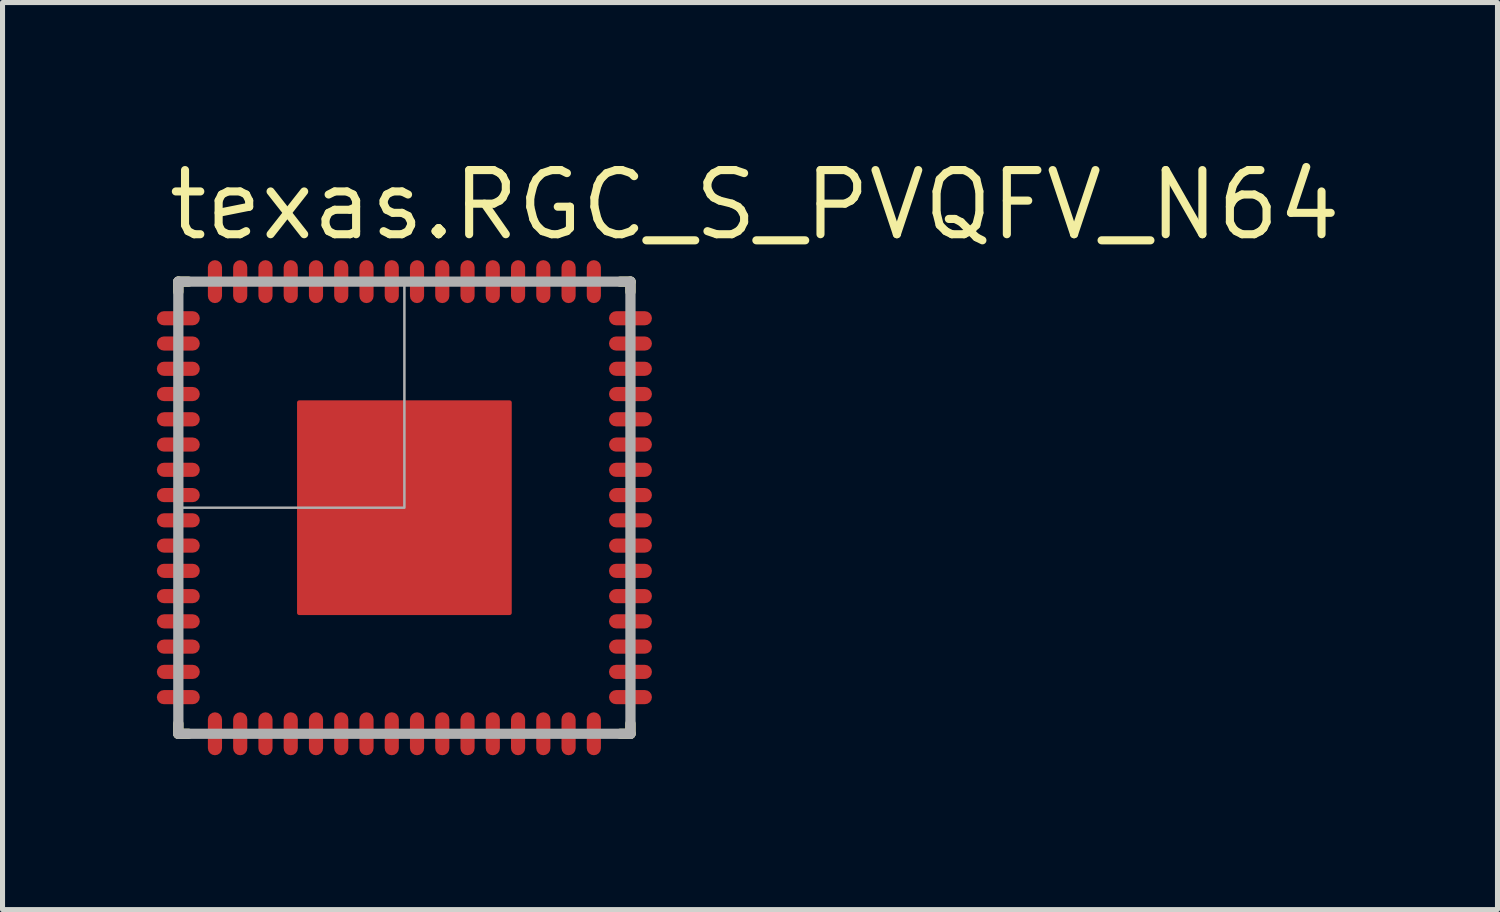
<source format=kicad_pcb>
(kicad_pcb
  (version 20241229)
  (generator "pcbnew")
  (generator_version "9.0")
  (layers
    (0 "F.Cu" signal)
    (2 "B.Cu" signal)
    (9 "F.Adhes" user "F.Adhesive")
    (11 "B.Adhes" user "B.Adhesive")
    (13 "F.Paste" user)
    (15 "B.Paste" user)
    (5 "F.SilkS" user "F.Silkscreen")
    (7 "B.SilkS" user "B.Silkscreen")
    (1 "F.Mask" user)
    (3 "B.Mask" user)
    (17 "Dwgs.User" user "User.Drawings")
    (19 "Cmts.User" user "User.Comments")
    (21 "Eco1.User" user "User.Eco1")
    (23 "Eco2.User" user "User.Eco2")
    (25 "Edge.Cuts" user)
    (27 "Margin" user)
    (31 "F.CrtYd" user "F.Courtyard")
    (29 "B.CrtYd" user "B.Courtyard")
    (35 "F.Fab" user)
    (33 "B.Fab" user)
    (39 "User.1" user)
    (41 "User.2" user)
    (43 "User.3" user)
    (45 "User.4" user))
  (footprint "texas.RGC_S_PVQFV_N64"
    (layer "F.Cu")
    (at 4.955 7)
    (property "Reference" "texas.RGC_S_PVQFV_N64" (at -4.75 -5.25 0) (layer "F.SilkS") (effects (font (size 1.27 1.27) (thickness 0.16)) (justify left bottom)))
    (attr smd)
    (fp_poly (pts (xy -4.8 -3.875) (xy -4.15 -3.875) (xy -4.075 -3.825) (xy -4.075 -3.675) (xy -4.15 -3.625) (xy -4.8 -3.625) (xy -4.875 -3.7) (xy -4.875 -3.825)) (stroke (width 0.16) (type default)) (fill yes) (layer "F.Mask"))
    (fp_poly (pts (xy -4.8 -3.375) (xy -4.15 -3.375) (xy -4.075 -3.325) (xy -4.075 -3.175) (xy -4.15 -3.125) (xy -4.8 -3.125) (xy -4.875 -3.2) (xy -4.875 -3.325)) (stroke (width 0.16) (type default)) (fill yes) (layer "F.Mask"))
    (fp_poly (pts (xy -4.8 -2.875) (xy -4.15 -2.875) (xy -4.075 -2.825) (xy -4.075 -2.675) (xy -4.15 -2.625) (xy -4.8 -2.625) (xy -4.875 -2.7) (xy -4.875 -2.825)) (stroke (width 0.16) (type default)) (fill yes) (layer "F.Mask"))
    (fp_poly (pts (xy -4.8 -2.375) (xy -4.15 -2.375) (xy -4.075 -2.325) (xy -4.075 -2.175) (xy -4.15 -2.125) (xy -4.8 -2.125) (xy -4.875 -2.2) (xy -4.875 -2.325)) (stroke (width 0.16) (type default)) (fill yes) (layer "F.Mask"))
    (fp_poly (pts (xy -4.8 -1.875) (xy -4.15 -1.875) (xy -4.075 -1.825) (xy -4.075 -1.675) (xy -4.15 -1.625) (xy -4.8 -1.625) (xy -4.875 -1.7) (xy -4.875 -1.825)) (stroke (width 0.16) (type default)) (fill yes) (layer "F.Mask"))
    (fp_poly (pts (xy -4.8 -1.375) (xy -4.15 -1.375) (xy -4.075 -1.325) (xy -4.075 -1.175) (xy -4.15 -1.125) (xy -4.8 -1.125) (xy -4.875 -1.2) (xy -4.875 -1.325)) (stroke (width 0.16) (type default)) (fill yes) (layer "F.Mask"))
    (fp_poly (pts (xy -4.8 -0.875) (xy -4.15 -0.875) (xy -4.075 -0.825) (xy -4.075 -0.675) (xy -4.15 -0.625) (xy -4.8 -0.625) (xy -4.875 -0.7) (xy -4.875 -0.825)) (stroke (width 0.16) (type default)) (fill yes) (layer "F.Mask"))
    (fp_poly (pts (xy -4.8 -0.375) (xy -4.15 -0.375) (xy -4.075 -0.325) (xy -4.075 -0.175) (xy -4.15 -0.125) (xy -4.8 -0.125) (xy -4.875 -0.2) (xy -4.875 -0.325)) (stroke (width 0.16) (type default)) (fill yes) (layer "F.Mask"))
    (fp_poly (pts (xy -4.8 0.125) (xy -4.15 0.125) (xy -4.075 0.175) (xy -4.075 0.325) (xy -4.15 0.375) (xy -4.8 0.375) (xy -4.875 0.3) (xy -4.875 0.175)) (stroke (width 0.16) (type default)) (fill yes) (layer "F.Mask"))
    (fp_poly (pts (xy -4.8 0.625) (xy -4.15 0.625) (xy -4.075 0.675) (xy -4.075 0.825) (xy -4.15 0.875) (xy -4.8 0.875) (xy -4.875 0.8) (xy -4.875 0.675)) (stroke (width 0.16) (type default)) (fill yes) (layer "F.Mask"))
    (fp_poly (pts (xy -4.8 1.125) (xy -4.15 1.125) (xy -4.075 1.175) (xy -4.075 1.325) (xy -4.15 1.375) (xy -4.8 1.375) (xy -4.875 1.3) (xy -4.875 1.175)) (stroke (width 0.16) (type default)) (fill yes) (layer "F.Mask"))
    (fp_poly (pts (xy -4.8 1.625) (xy -4.15 1.625) (xy -4.075 1.675) (xy -4.075 1.825) (xy -4.15 1.875) (xy -4.8 1.875) (xy -4.875 1.8) (xy -4.875 1.675)) (stroke (width 0.16) (type default)) (fill yes) (layer "F.Mask"))
    (fp_poly (pts (xy -4.8 2.125) (xy -4.15 2.125) (xy -4.075 2.175) (xy -4.075 2.325) (xy -4.15 2.375) (xy -4.8 2.375) (xy -4.875 2.3) (xy -4.875 2.175)) (stroke (width 0.16) (type default)) (fill yes) (layer "F.Mask"))
    (fp_poly (pts (xy -4.8 2.625) (xy -4.15 2.625) (xy -4.075 2.675) (xy -4.075 2.825) (xy -4.15 2.875) (xy -4.8 2.875) (xy -4.875 2.8) (xy -4.875 2.675)) (stroke (width 0.16) (type default)) (fill yes) (layer "F.Mask"))
    (fp_poly (pts (xy -4.8 3.125) (xy -4.15 3.125) (xy -4.075 3.175) (xy -4.075 3.325) (xy -4.15 3.375) (xy -4.8 3.375) (xy -4.875 3.3) (xy -4.875 3.175)) (stroke (width 0.16) (type default)) (fill yes) (layer "F.Mask"))
    (fp_poly (pts (xy -4.8 3.625) (xy -4.15 3.625) (xy -4.075 3.675) (xy -4.075 3.825) (xy -4.15 3.875) (xy -4.8 3.875) (xy -4.875 3.8) (xy -4.875 3.675)) (stroke (width 0.16) (type default)) (fill yes) (layer "F.Mask"))
    (fp_poly (pts (xy -3.875 4.8) (xy -3.875 4.15) (xy -3.825 4.075) (xy -3.675 4.075) (xy -3.625 4.15) (xy -3.625 4.8) (xy -3.7 4.875) (xy -3.825 4.875)) (stroke (width 0.16) (type default)) (fill yes) (layer "F.Mask"))
    (fp_poly (pts (xy -3.625 -4.8) (xy -3.625 -4.15) (xy -3.675 -4.075) (xy -3.825 -4.075) (xy -3.875 -4.15) (xy -3.875 -4.8) (xy -3.8 -4.875) (xy -3.675 -4.875)) (stroke (width 0.16) (type default)) (fill yes) (layer "F.Mask"))
    (fp_poly (pts (xy -3.375 4.8) (xy -3.375 4.15) (xy -3.325 4.075) (xy -3.175 4.075) (xy -3.125 4.15) (xy -3.125 4.8) (xy -3.2 4.875) (xy -3.325 4.875)) (stroke (width 0.16) (type default)) (fill yes) (layer "F.Mask"))
    (fp_poly (pts (xy -3.125 -4.8) (xy -3.125 -4.15) (xy -3.175 -4.075) (xy -3.325 -4.075) (xy -3.375 -4.15) (xy -3.375 -4.8) (xy -3.3 -4.875) (xy -3.175 -4.875)) (stroke (width 0.16) (type default)) (fill yes) (layer "F.Mask"))
    (fp_poly (pts (xy -2.875 4.8) (xy -2.875 4.15) (xy -2.825 4.075) (xy -2.675 4.075) (xy -2.625 4.15) (xy -2.625 4.8) (xy -2.7 4.875) (xy -2.825 4.875)) (stroke (width 0.16) (type default)) (fill yes) (layer "F.Mask"))
    (fp_poly (pts (xy -2.625 -4.8) (xy -2.625 -4.15) (xy -2.675 -4.075) (xy -2.825 -4.075) (xy -2.875 -4.15) (xy -2.875 -4.8) (xy -2.8 -4.875) (xy -2.675 -4.875)) (stroke (width 0.16) (type default)) (fill yes) (layer "F.Mask"))
    (fp_poly (pts (xy -2.375 4.8) (xy -2.375 4.15) (xy -2.325 4.075) (xy -2.175 4.075) (xy -2.125 4.15) (xy -2.125 4.8) (xy -2.2 4.875) (xy -2.325 4.875)) (stroke (width 0.16) (type default)) (fill yes) (layer "F.Mask"))
    (fp_poly (pts (xy -2.125 -4.8) (xy -2.125 -4.15) (xy -2.175 -4.075) (xy -2.325 -4.075) (xy -2.375 -4.15) (xy -2.375 -4.8) (xy -2.3 -4.875) (xy -2.175 -4.875)) (stroke (width 0.16) (type default)) (fill yes) (layer "F.Mask"))
    (fp_poly (pts (xy -1.875 4.8) (xy -1.875 4.15) (xy -1.825 4.075) (xy -1.675 4.075) (xy -1.625 4.15) (xy -1.625 4.8) (xy -1.7 4.875) (xy -1.825 4.875)) (stroke (width 0.16) (type default)) (fill yes) (layer "F.Mask"))
    (fp_poly (pts (xy -1.625 -4.8) (xy -1.625 -4.15) (xy -1.675 -4.075) (xy -1.825 -4.075) (xy -1.875 -4.15) (xy -1.875 -4.8) (xy -1.8 -4.875) (xy -1.675 -4.875)) (stroke (width 0.16) (type default)) (fill yes) (layer "F.Mask"))
    (fp_poly (pts (xy -1.375 4.8) (xy -1.375 4.15) (xy -1.325 4.075) (xy -1.175 4.075) (xy -1.125 4.15) (xy -1.125 4.8) (xy -1.2 4.875) (xy -1.325 4.875)) (stroke (width 0.16) (type default)) (fill yes) (layer "F.Mask"))
    (fp_poly (pts (xy -1.125 -4.8) (xy -1.125 -4.15) (xy -1.175 -4.075) (xy -1.325 -4.075) (xy -1.375 -4.15) (xy -1.375 -4.8) (xy -1.3 -4.875) (xy -1.175 -4.875)) (stroke (width 0.16) (type default)) (fill yes) (layer "F.Mask"))
    (fp_poly (pts (xy -0.875 4.8) (xy -0.875 4.15) (xy -0.825 4.075) (xy -0.675 4.075) (xy -0.625 4.15) (xy -0.625 4.8) (xy -0.7 4.875) (xy -0.825 4.875)) (stroke (width 0.16) (type default)) (fill yes) (layer "F.Mask"))
    (fp_poly (pts (xy -0.625 -4.8) (xy -0.625 -4.15) (xy -0.675 -4.075) (xy -0.825 -4.075) (xy -0.875 -4.15) (xy -0.875 -4.8) (xy -0.8 -4.875) (xy -0.675 -4.875)) (stroke (width 0.16) (type default)) (fill yes) (layer "F.Mask"))
    (fp_poly (pts (xy -0.375 4.8) (xy -0.375 4.15) (xy -0.325 4.075) (xy -0.175 4.075) (xy -0.125 4.15) (xy -0.125 4.8) (xy -0.2 4.875) (xy -0.325 4.875)) (stroke (width 0.16) (type default)) (fill yes) (layer "F.Mask"))
    (fp_poly (pts (xy -0.125 -4.8) (xy -0.125 -4.15) (xy -0.175 -4.075) (xy -0.325 -4.075) (xy -0.375 -4.15) (xy -0.375 -4.8) (xy -0.3 -4.875) (xy -0.175 -4.875)) (stroke (width 0.16) (type default)) (fill yes) (layer "F.Mask"))
    (fp_poly (pts (xy 0.125 4.8) (xy 0.125 4.15) (xy 0.175 4.075) (xy 0.325 4.075) (xy 0.375 4.15) (xy 0.375 4.8) (xy 0.3 4.875) (xy 0.175 4.875)) (stroke (width 0.16) (type default)) (fill yes) (layer "F.Mask"))
    (fp_poly (pts (xy 0.375 -4.8) (xy 0.375 -4.15) (xy 0.325 -4.075) (xy 0.175 -4.075) (xy 0.125 -4.15) (xy 0.125 -4.8) (xy 0.2 -4.875) (xy 0.325 -4.875)) (stroke (width 0.16) (type default)) (fill yes) (layer "F.Mask"))
    (fp_poly (pts (xy 0.625 4.8) (xy 0.625 4.15) (xy 0.675 4.075) (xy 0.825 4.075) (xy 0.875 4.15) (xy 0.875 4.8) (xy 0.8 4.875) (xy 0.675 4.875)) (stroke (width 0.16) (type default)) (fill yes) (layer "F.Mask"))
    (fp_poly (pts (xy 0.875 -4.8) (xy 0.875 -4.15) (xy 0.825 -4.075) (xy 0.675 -4.075) (xy 0.625 -4.15) (xy 0.625 -4.8) (xy 0.7 -4.875) (xy 0.825 -4.875)) (stroke (width 0.16) (type default)) (fill yes) (layer "F.Mask"))
    (fp_poly (pts (xy 1.125 4.8) (xy 1.125 4.15) (xy 1.175 4.075) (xy 1.325 4.075) (xy 1.375 4.15) (xy 1.375 4.8) (xy 1.3 4.875) (xy 1.175 4.875)) (stroke (width 0.16) (type default)) (fill yes) (layer "F.Mask"))
    (fp_poly (pts (xy 1.375 -4.8) (xy 1.375 -4.15) (xy 1.325 -4.075) (xy 1.175 -4.075) (xy 1.125 -4.15) (xy 1.125 -4.8) (xy 1.2 -4.875) (xy 1.325 -4.875)) (stroke (width 0.16) (type default)) (fill yes) (layer "F.Mask"))
    (fp_poly (pts (xy 1.625 4.8) (xy 1.625 4.15) (xy 1.675 4.075) (xy 1.825 4.075) (xy 1.875 4.15) (xy 1.875 4.8) (xy 1.8 4.875) (xy 1.675 4.875)) (stroke (width 0.16) (type default)) (fill yes) (layer "F.Mask"))
    (fp_poly (pts (xy 1.875 -4.8) (xy 1.875 -4.15) (xy 1.825 -4.075) (xy 1.675 -4.075) (xy 1.625 -4.15) (xy 1.625 -4.8) (xy 1.7 -4.875) (xy 1.825 -4.875)) (stroke (width 0.16) (type default)) (fill yes) (layer "F.Mask"))
    (fp_poly (pts (xy 2.125 4.8) (xy 2.125 4.15) (xy 2.175 4.075) (xy 2.325 4.075) (xy 2.375 4.15) (xy 2.375 4.8) (xy 2.3 4.875) (xy 2.175 4.875)) (stroke (width 0.16) (type default)) (fill yes) (layer "F.Mask"))
    (fp_poly (pts (xy 2.375 -4.8) (xy 2.375 -4.15) (xy 2.325 -4.075) (xy 2.175 -4.075) (xy 2.125 -4.15) (xy 2.125 -4.8) (xy 2.2 -4.875) (xy 2.325 -4.875)) (stroke (width 0.16) (type default)) (fill yes) (layer "F.Mask"))
    (fp_poly (pts (xy 2.625 4.8) (xy 2.625 4.15) (xy 2.675 4.075) (xy 2.825 4.075) (xy 2.875 4.15) (xy 2.875 4.8) (xy 2.8 4.875) (xy 2.675 4.875)) (stroke (width 0.16) (type default)) (fill yes) (layer "F.Mask"))
    (fp_poly (pts (xy 2.875 -4.8) (xy 2.875 -4.15) (xy 2.825 -4.075) (xy 2.675 -4.075) (xy 2.625 -4.15) (xy 2.625 -4.8) (xy 2.7 -4.875) (xy 2.825 -4.875)) (stroke (width 0.16) (type default)) (fill yes) (layer "F.Mask"))
    (fp_poly (pts (xy 3.125 4.8) (xy 3.125 4.15) (xy 3.175 4.075) (xy 3.325 4.075) (xy 3.375 4.15) (xy 3.375 4.8) (xy 3.3 4.875) (xy 3.175 4.875)) (stroke (width 0.16) (type default)) (fill yes) (layer "F.Mask"))
    (fp_poly (pts (xy 3.375 -4.8) (xy 3.375 -4.15) (xy 3.325 -4.075) (xy 3.175 -4.075) (xy 3.125 -4.15) (xy 3.125 -4.8) (xy 3.2 -4.875) (xy 3.325 -4.875)) (stroke (width 0.16) (type default)) (fill yes) (layer "F.Mask"))
    (fp_poly (pts (xy 3.625 4.8) (xy 3.625 4.15) (xy 3.675 4.075) (xy 3.825 4.075) (xy 3.875 4.15) (xy 3.875 4.8) (xy 3.8 4.875) (xy 3.675 4.875)) (stroke (width 0.16) (type default)) (fill yes) (layer "F.Mask"))
    (fp_poly (pts (xy 3.875 -4.8) (xy 3.875 -4.15) (xy 3.825 -4.075) (xy 3.675 -4.075) (xy 3.625 -4.15) (xy 3.625 -4.8) (xy 3.7 -4.875) (xy 3.825 -4.875)) (stroke (width 0.16) (type default)) (fill yes) (layer "F.Mask"))
    (fp_poly (pts (xy 4.8 -3.625) (xy 4.15 -3.625) (xy 4.075 -3.675) (xy 4.075 -3.825) (xy 4.15 -3.875) (xy 4.8 -3.875) (xy 4.875 -3.8) (xy 4.875 -3.675)) (stroke (width 0.16) (type default)) (fill yes) (layer "F.Mask"))
    (fp_poly (pts (xy 4.8 -3.125) (xy 4.15 -3.125) (xy 4.075 -3.175) (xy 4.075 -3.325) (xy 4.15 -3.375) (xy 4.8 -3.375) (xy 4.875 -3.3) (xy 4.875 -3.175)) (stroke (width 0.16) (type default)) (fill yes) (layer "F.Mask"))
    (fp_poly (pts (xy 4.8 -2.625) (xy 4.15 -2.625) (xy 4.075 -2.675) (xy 4.075 -2.825) (xy 4.15 -2.875) (xy 4.8 -2.875) (xy 4.875 -2.8) (xy 4.875 -2.675)) (stroke (width 0.16) (type default)) (fill yes) (layer "F.Mask"))
    (fp_poly (pts (xy 4.8 -2.125) (xy 4.15 -2.125) (xy 4.075 -2.175) (xy 4.075 -2.325) (xy 4.15 -2.375) (xy 4.8 -2.375) (xy 4.875 -2.3) (xy 4.875 -2.175)) (stroke (width 0.16) (type default)) (fill yes) (layer "F.Mask"))
    (fp_poly (pts (xy 4.8 -1.625) (xy 4.15 -1.625) (xy 4.075 -1.675) (xy 4.075 -1.825) (xy 4.15 -1.875) (xy 4.8 -1.875) (xy 4.875 -1.8) (xy 4.875 -1.675)) (stroke (width 0.16) (type default)) (fill yes) (layer "F.Mask"))
    (fp_poly (pts (xy 4.8 -1.125) (xy 4.15 -1.125) (xy 4.075 -1.175) (xy 4.075 -1.325) (xy 4.15 -1.375) (xy 4.8 -1.375) (xy 4.875 -1.3) (xy 4.875 -1.175)) (stroke (width 0.16) (type default)) (fill yes) (layer "F.Mask"))
    (fp_poly (pts (xy 4.8 -0.625) (xy 4.15 -0.625) (xy 4.075 -0.675) (xy 4.075 -0.825) (xy 4.15 -0.875) (xy 4.8 -0.875) (xy 4.875 -0.8) (xy 4.875 -0.675)) (stroke (width 0.16) (type default)) (fill yes) (layer "F.Mask"))
    (fp_poly (pts (xy 4.8 -0.125) (xy 4.15 -0.125) (xy 4.075 -0.175) (xy 4.075 -0.325) (xy 4.15 -0.375) (xy 4.8 -0.375) (xy 4.875 -0.3) (xy 4.875 -0.175)) (stroke (width 0.16) (type default)) (fill yes) (layer "F.Mask"))
    (fp_poly (pts (xy 4.8 0.375) (xy 4.15 0.375) (xy 4.075 0.325) (xy 4.075 0.175) (xy 4.15 0.125) (xy 4.8 0.125) (xy 4.875 0.2) (xy 4.875 0.325)) (stroke (width 0.16) (type default)) (fill yes) (layer "F.Mask"))
    (fp_poly (pts (xy 4.8 0.875) (xy 4.15 0.875) (xy 4.075 0.825) (xy 4.075 0.675) (xy 4.15 0.625) (xy 4.8 0.625) (xy 4.875 0.7) (xy 4.875 0.825)) (stroke (width 0.16) (type default)) (fill yes) (layer "F.Mask"))
    (fp_poly (pts (xy 4.8 1.375) (xy 4.15 1.375) (xy 4.075 1.325) (xy 4.075 1.175) (xy 4.15 1.125) (xy 4.8 1.125) (xy 4.875 1.2) (xy 4.875 1.325)) (stroke (width 0.16) (type default)) (fill yes) (layer "F.Mask"))
    (fp_poly (pts (xy 4.8 1.875) (xy 4.15 1.875) (xy 4.075 1.825) (xy 4.075 1.675) (xy 4.15 1.625) (xy 4.8 1.625) (xy 4.875 1.7) (xy 4.875 1.825)) (stroke (width 0.16) (type default)) (fill yes) (layer "F.Mask"))
    (fp_poly (pts (xy 4.8 2.375) (xy 4.15 2.375) (xy 4.075 2.325) (xy 4.075 2.175) (xy 4.15 2.125) (xy 4.8 2.125) (xy 4.875 2.2) (xy 4.875 2.325)) (stroke (width 0.16) (type default)) (fill yes) (layer "F.Mask"))
    (fp_poly (pts (xy 4.8 2.875) (xy 4.15 2.875) (xy 4.075 2.825) (xy 4.075 2.675) (xy 4.15 2.625) (xy 4.8 2.625) (xy 4.875 2.7) (xy 4.875 2.825)) (stroke (width 0.16) (type default)) (fill yes) (layer "F.Mask"))
    (fp_poly (pts (xy 4.8 3.375) (xy 4.15 3.375) (xy 4.075 3.325) (xy 4.075 3.175) (xy 4.15 3.125) (xy 4.8 3.125) (xy 4.875 3.2) (xy 4.875 3.325)) (stroke (width 0.16) (type default)) (fill yes) (layer "F.Mask"))
    (fp_poly (pts (xy 4.8 3.875) (xy 4.15 3.875) (xy 4.075 3.825) (xy 4.075 3.675) (xy 4.15 3.625) (xy 4.8 3.625) (xy 4.875 3.7) (xy 4.875 3.825)) (stroke (width 0.16) (type default)) (fill yes) (layer "F.Mask"))
    (fp_line (start -4.475 -4.475) (end -4.475 -4.275) (stroke (width 0.203) (type default)) (layer "F.SilkS"))
    (fp_line (start -4.475 4.275) (end -4.475 4.475) (stroke (width 0.203) (type default)) (layer "F.SilkS"))
    (fp_line (start -4.475 4.475) (end -4.275 4.475) (stroke (width 0.203) (type default)) (layer "F.SilkS"))
    (fp_line (start -4.275 -4.475) (end -4.475 -4.475) (stroke (width 0.203) (type default)) (layer "F.SilkS"))
    (fp_line (start 4.275 4.475) (end 4.475 4.475) (stroke (width 0.203) (type default)) (layer "F.SilkS"))
    (fp_line (start 4.475 -4.475) (end 4.275 -4.475) (stroke (width 0.203) (type default)) (layer "F.SilkS"))
    (fp_line (start 4.475 -4.275) (end 4.475 -4.475) (stroke (width 0.203) (type default)) (layer "F.SilkS"))
    (fp_line (start 4.475 4.475) (end 4.475 4.275) (stroke (width 0.203) (type default)) (layer "F.SilkS"))
    (fp_rect (start -4.825 -3.625) (end -4.2 -3.875) (stroke (width 0.05) (type default)) (fill yes) (layer "F.Paste"))
    (fp_rect (start -4.825 -3.125) (end -4.2 -3.375) (stroke (width 0.05) (type default)) (fill yes) (layer "F.Paste"))
    (fp_rect (start -4.825 -2.625) (end -4.2 -2.875) (stroke (width 0.05) (type default)) (fill yes) (layer "F.Paste"))
    (fp_rect (start -4.825 -2.125) (end -4.2 -2.375) (stroke (width 0.05) (type default)) (fill yes) (layer "F.Paste"))
    (fp_rect (start -4.825 -1.625) (end -4.2 -1.875) (stroke (width 0.05) (type default)) (fill yes) (layer "F.Paste"))
    (fp_rect (start -4.825 -1.125) (end -4.2 -1.375) (stroke (width 0.05) (type default)) (fill yes) (layer "F.Paste"))
    (fp_rect (start -4.825 -0.625) (end -4.2 -0.875) (stroke (width 0.05) (type default)) (fill yes) (layer "F.Paste"))
    (fp_rect (start -4.825 -0.125) (end -4.2 -0.375) (stroke (width 0.05) (type default)) (fill yes) (layer "F.Paste"))
    (fp_rect (start -4.825 0.375) (end -4.2 0.125) (stroke (width 0.05) (type default)) (fill yes) (layer "F.Paste"))
    (fp_rect (start -4.825 0.875) (end -4.2 0.625) (stroke (width 0.05) (type default)) (fill yes) (layer "F.Paste"))
    (fp_rect (start -4.825 1.375) (end -4.2 1.125) (stroke (width 0.05) (type default)) (fill yes) (layer "F.Paste"))
    (fp_rect (start -4.825 1.875) (end -4.2 1.625) (stroke (width 0.05) (type default)) (fill yes) (layer "F.Paste"))
    (fp_rect (start -4.825 2.375) (end -4.2 2.125) (stroke (width 0.05) (type default)) (fill yes) (layer "F.Paste"))
    (fp_rect (start -4.825 2.875) (end -4.2 2.625) (stroke (width 0.05) (type default)) (fill yes) (layer "F.Paste"))
    (fp_rect (start -4.825 3.375) (end -4.2 3.125) (stroke (width 0.05) (type default)) (fill yes) (layer "F.Paste"))
    (fp_rect (start -4.825 3.875) (end -4.2 3.625) (stroke (width 0.05) (type default)) (fill yes) (layer "F.Paste"))
    (fp_rect (start -3.875 -4.2) (end -3.625 -4.825) (stroke (width 0.05) (type default)) (fill yes) (layer "F.Paste"))
    (fp_rect (start -3.875 4.825) (end -3.625 4.2) (stroke (width 0.05) (type default)) (fill yes) (layer "F.Paste"))
    (fp_rect (start -3.375 -4.2) (end -3.125 -4.825) (stroke (width 0.05) (type default)) (fill yes) (layer "F.Paste"))
    (fp_rect (start -3.375 4.825) (end -3.125 4.2) (stroke (width 0.05) (type default)) (fill yes) (layer "F.Paste"))
    (fp_rect (start -2.875 -4.2) (end -2.625 -4.825) (stroke (width 0.05) (type default)) (fill yes) (layer "F.Paste"))
    (fp_rect (start -2.875 4.825) (end -2.625 4.2) (stroke (width 0.05) (type default)) (fill yes) (layer "F.Paste"))
    (fp_rect (start -2.375 -4.2) (end -2.125 -4.825) (stroke (width 0.05) (type default)) (fill yes) (layer "F.Paste"))
    (fp_rect (start -2.375 4.825) (end -2.125 4.2) (stroke (width 0.05) (type default)) (fill yes) (layer "F.Paste"))
    (fp_rect (start -1.95 -0.15) (end -0.15 -1.95) (stroke (width 0.05) (type default)) (fill yes) (layer "F.Paste"))
    (fp_rect (start -1.95 1.95) (end -0.15 0.15) (stroke (width 0.05) (type default)) (fill yes) (layer "F.Paste"))
    (fp_rect (start -1.875 -4.2) (end -1.625 -4.825) (stroke (width 0.05) (type default)) (fill yes) (layer "F.Paste"))
    (fp_rect (start -1.875 4.825) (end -1.625 4.2) (stroke (width 0.05) (type default)) (fill yes) (layer "F.Paste"))
    (fp_rect (start -1.375 -4.2) (end -1.125 -4.825) (stroke (width 0.05) (type default)) (fill yes) (layer "F.Paste"))
    (fp_rect (start -1.375 4.825) (end -1.125 4.2) (stroke (width 0.05) (type default)) (fill yes) (layer "F.Paste"))
    (fp_rect (start -0.875 -4.2) (end -0.625 -4.825) (stroke (width 0.05) (type default)) (fill yes) (layer "F.Paste"))
    (fp_rect (start -0.875 4.825) (end -0.625 4.2) (stroke (width 0.05) (type default)) (fill yes) (layer "F.Paste"))
    (fp_rect (start -0.375 -4.2) (end -0.125 -4.825) (stroke (width 0.05) (type default)) (fill yes) (layer "F.Paste"))
    (fp_rect (start -0.375 4.825) (end -0.125 4.2) (stroke (width 0.05) (type default)) (fill yes) (layer "F.Paste"))
    (fp_rect (start 0.125 -4.2) (end 0.375 -4.825) (stroke (width 0.05) (type default)) (fill yes) (layer "F.Paste"))
    (fp_rect (start 0.125 4.825) (end 0.375 4.2) (stroke (width 0.05) (type default)) (fill yes) (layer "F.Paste"))
    (fp_rect (start 0.15 -0.15) (end 1.95 -1.95) (stroke (width 0.05) (type default)) (fill yes) (layer "F.Paste"))
    (fp_rect (start 0.15 1.95) (end 1.95 0.15) (stroke (width 0.05) (type default)) (fill yes) (layer "F.Paste"))
    (fp_rect (start 0.625 -4.2) (end 0.875 -4.825) (stroke (width 0.05) (type default)) (fill yes) (layer "F.Paste"))
    (fp_rect (start 0.625 4.825) (end 0.875 4.2) (stroke (width 0.05) (type default)) (fill yes) (layer "F.Paste"))
    (fp_rect (start 1.125 -4.2) (end 1.375 -4.825) (stroke (width 0.05) (type default)) (fill yes) (layer "F.Paste"))
    (fp_rect (start 1.125 4.825) (end 1.375 4.2) (stroke (width 0.05) (type default)) (fill yes) (layer "F.Paste"))
    (fp_rect (start 1.625 -4.2) (end 1.875 -4.825) (stroke (width 0.05) (type default)) (fill yes) (layer "F.Paste"))
    (fp_rect (start 1.625 4.825) (end 1.875 4.2) (stroke (width 0.05) (type default)) (fill yes) (layer "F.Paste"))
    (fp_rect (start 2.125 -4.2) (end 2.375 -4.825) (stroke (width 0.05) (type default)) (fill yes) (layer "F.Paste"))
    (fp_rect (start 2.125 4.825) (end 2.375 4.2) (stroke (width 0.05) (type default)) (fill yes) (layer "F.Paste"))
    (fp_rect (start 2.625 -4.2) (end 2.875 -4.825) (stroke (width 0.05) (type default)) (fill yes) (layer "F.Paste"))
    (fp_rect (start 2.625 4.825) (end 2.875 4.2) (stroke (width 0.05) (type default)) (fill yes) (layer "F.Paste"))
    (fp_rect (start 3.125 -4.2) (end 3.375 -4.825) (stroke (width 0.05) (type default)) (fill yes) (layer "F.Paste"))
    (fp_rect (start 3.125 4.825) (end 3.375 4.2) (stroke (width 0.05) (type default)) (fill yes) (layer "F.Paste"))
    (fp_rect (start 3.625 -4.2) (end 3.875 -4.825) (stroke (width 0.05) (type default)) (fill yes) (layer "F.Paste"))
    (fp_rect (start 3.625 4.825) (end 3.875 4.2) (stroke (width 0.05) (type default)) (fill yes) (layer "F.Paste"))
    (fp_rect (start 4.2 -3.625) (end 4.825 -3.875) (stroke (width 0.05) (type default)) (fill yes) (layer "F.Paste"))
    (fp_rect (start 4.2 -3.125) (end 4.825 -3.375) (stroke (width 0.05) (type default)) (fill yes) (layer "F.Paste"))
    (fp_rect (start 4.2 -2.625) (end 4.825 -2.875) (stroke (width 0.05) (type default)) (fill yes) (layer "F.Paste"))
    (fp_rect (start 4.2 -2.125) (end 4.825 -2.375) (stroke (width 0.05) (type default)) (fill yes) (layer "F.Paste"))
    (fp_rect (start 4.2 -1.625) (end 4.825 -1.875) (stroke (width 0.05) (type default)) (fill yes) (layer "F.Paste"))
    (fp_rect (start 4.2 -1.125) (end 4.825 -1.375) (stroke (width 0.05) (type default)) (fill yes) (layer "F.Paste"))
    (fp_rect (start 4.2 -0.625) (end 4.825 -0.875) (stroke (width 0.05) (type default)) (fill yes) (layer "F.Paste"))
    (fp_rect (start 4.2 -0.125) (end 4.825 -0.375) (stroke (width 0.05) (type default)) (fill yes) (layer "F.Paste"))
    (fp_rect (start 4.2 0.375) (end 4.825 0.125) (stroke (width 0.05) (type default)) (fill yes) (layer "F.Paste"))
    (fp_rect (start 4.2 0.875) (end 4.825 0.625) (stroke (width 0.05) (type default)) (fill yes) (layer "F.Paste"))
    (fp_rect (start 4.2 1.375) (end 4.825 1.125) (stroke (width 0.05) (type default)) (fill yes) (layer "F.Paste"))
    (fp_rect (start 4.2 1.875) (end 4.825 1.625) (stroke (width 0.05) (type default)) (fill yes) (layer "F.Paste"))
    (fp_rect (start 4.2 2.375) (end 4.825 2.125) (stroke (width 0.05) (type default)) (fill yes) (layer "F.Paste"))
    (fp_rect (start 4.2 2.875) (end 4.825 2.625) (stroke (width 0.05) (type default)) (fill yes) (layer "F.Paste"))
    (fp_rect (start 4.2 3.375) (end 4.825 3.125) (stroke (width 0.05) (type default)) (fill yes) (layer "F.Paste"))
    (fp_rect (start 4.2 3.875) (end 4.825 3.625) (stroke (width 0.05) (type default)) (fill yes) (layer "F.Paste"))
    (fp_circle (center -4.2 -3.75) (end -4.075 -3.75) (stroke (width 0.1) (type default)) (fill no) (layer "F.Paste"))
    (fp_circle (center -4.2 -3.25) (end -4.075 -3.25) (stroke (width 0.1) (type default)) (fill no) (layer "F.Paste"))
    (fp_circle (center -4.2 -2.75) (end -4.075 -2.75) (stroke (width 0.1) (type default)) (fill no) (layer "F.Paste"))
    (fp_circle (center -4.2 -2.25) (end -4.075 -2.25) (stroke (width 0.1) (type default)) (fill no) (layer "F.Paste"))
    (fp_circle (center -4.2 -1.75) (end -4.075 -1.75) (stroke (width 0.1) (type default)) (fill no) (layer "F.Paste"))
    (fp_circle (center -4.2 -1.25) (end -4.075 -1.25) (stroke (width 0.1) (type default)) (fill no) (layer "F.Paste"))
    (fp_circle (center -4.2 -0.75) (end -4.075 -0.75) (stroke (width 0.1) (type default)) (fill no) (layer "F.Paste"))
    (fp_circle (center -4.2 -0.25) (end -4.075 -0.25) (stroke (width 0.1) (type default)) (fill no) (layer "F.Paste"))
    (fp_circle (center -4.2 0.25) (end -4.075 0.25) (stroke (width 0.1) (type default)) (fill no) (layer "F.Paste"))
    (fp_circle (center -4.2 0.75) (end -4.075 0.75) (stroke (width 0.1) (type default)) (fill no) (layer "F.Paste"))
    (fp_circle (center -4.2 1.25) (end -4.075 1.25) (stroke (width 0.1) (type default)) (fill no) (layer "F.Paste"))
    (fp_circle (center -4.2 1.75) (end -4.075 1.75) (stroke (width 0.1) (type default)) (fill no) (layer "F.Paste"))
    (fp_circle (center -4.2 2.25) (end -4.075 2.25) (stroke (width 0.1) (type default)) (fill no) (layer "F.Paste"))
    (fp_circle (center -4.2 2.75) (end -4.075 2.75) (stroke (width 0.1) (type default)) (fill no) (layer "F.Paste"))
    (fp_circle (center -4.2 3.25) (end -4.075 3.25) (stroke (width 0.1) (type default)) (fill no) (layer "F.Paste"))
    (fp_circle (center -4.2 3.75) (end -4.075 3.75) (stroke (width 0.1) (type default)) (fill no) (layer "F.Paste"))
    (fp_circle (center -3.75 -4.2) (end -3.625 -4.2) (stroke (width 0.1) (type default)) (fill no) (layer "F.Paste"))
    (fp_circle (center -3.75 4.2) (end -3.625 4.2) (stroke (width 0.1) (type default)) (fill no) (layer "F.Paste"))
    (fp_circle (center -3.25 -4.2) (end -3.125 -4.2) (stroke (width 0.1) (type default)) (fill no) (layer "F.Paste"))
    (fp_circle (center -3.25 4.2) (end -3.125 4.2) (stroke (width 0.1) (type default)) (fill no) (layer "F.Paste"))
    (fp_circle (center -2.75 -4.2) (end -2.625 -4.2) (stroke (width 0.1) (type default)) (fill no) (layer "F.Paste"))
    (fp_circle (center -2.75 4.2) (end -2.625 4.2) (stroke (width 0.1) (type default)) (fill no) (layer "F.Paste"))
    (fp_circle (center -2.25 -4.2) (end -2.125 -4.2) (stroke (width 0.1) (type default)) (fill no) (layer "F.Paste"))
    (fp_circle (center -2.25 4.2) (end -2.125 4.2) (stroke (width 0.1) (type default)) (fill no) (layer "F.Paste"))
    (fp_circle (center -1.75 -4.2) (end -1.625 -4.2) (stroke (width 0.1) (type default)) (fill no) (layer "F.Paste"))
    (fp_circle (center -1.75 4.2) (end -1.625 4.2) (stroke (width 0.1) (type default)) (fill no) (layer "F.Paste"))
    (fp_circle (center -1.25 -4.2) (end -1.125 -4.2) (stroke (width 0.1) (type default)) (fill no) (layer "F.Paste"))
    (fp_circle (center -1.25 4.2) (end -1.125 4.2) (stroke (width 0.1) (type default)) (fill no) (layer "F.Paste"))
    (fp_circle (center -0.75 -4.2) (end -0.625 -4.2) (stroke (width 0.1) (type default)) (fill no) (layer "F.Paste"))
    (fp_circle (center -0.75 4.2) (end -0.625 4.2) (stroke (width 0.1) (type default)) (fill no) (layer "F.Paste"))
    (fp_circle (center -0.25 -4.2) (end -0.125 -4.2) (stroke (width 0.1) (type default)) (fill no) (layer "F.Paste"))
    (fp_circle (center -0.25 4.2) (end -0.125 4.2) (stroke (width 0.1) (type default)) (fill no) (layer "F.Paste"))
    (fp_circle (center 0.25 -4.2) (end 0.375 -4.2) (stroke (width 0.1) (type default)) (fill no) (layer "F.Paste"))
    (fp_circle (center 0.25 4.2) (end 0.375 4.2) (stroke (width 0.1) (type default)) (fill no) (layer "F.Paste"))
    (fp_circle (center 0.75 -4.2) (end 0.875 -4.2) (stroke (width 0.1) (type default)) (fill no) (layer "F.Paste"))
    (fp_circle (center 0.75 4.2) (end 0.875 4.2) (stroke (width 0.1) (type default)) (fill no) (layer "F.Paste"))
    (fp_circle (center 1.25 -4.2) (end 1.375 -4.2) (stroke (width 0.1) (type default)) (fill no) (layer "F.Paste"))
    (fp_circle (center 1.25 4.2) (end 1.375 4.2) (stroke (width 0.1) (type default)) (fill no) (layer "F.Paste"))
    (fp_circle (center 1.75 -4.2) (end 1.875 -4.2) (stroke (width 0.1) (type default)) (fill no) (layer "F.Paste"))
    (fp_circle (center 1.75 4.2) (end 1.875 4.2) (stroke (width 0.1) (type default)) (fill no) (layer "F.Paste"))
    (fp_circle (center 2.25 -4.2) (end 2.375 -4.2) (stroke (width 0.1) (type default)) (fill no) (layer "F.Paste"))
    (fp_circle (center 2.25 4.2) (end 2.375 4.2) (stroke (width 0.1) (type default)) (fill no) (layer "F.Paste"))
    (fp_circle (center 2.75 -4.2) (end 2.875 -4.2) (stroke (width 0.1) (type default)) (fill no) (layer "F.Paste"))
    (fp_circle (center 2.75 4.2) (end 2.875 4.2) (stroke (width 0.1) (type default)) (fill no) (layer "F.Paste"))
    (fp_circle (center 3.25 -4.2) (end 3.375 -4.2) (stroke (width 0.1) (type default)) (fill no) (layer "F.Paste"))
    (fp_circle (center 3.25 4.2) (end 3.375 4.2) (stroke (width 0.1) (type default)) (fill no) (layer "F.Paste"))
    (fp_circle (center 3.75 -4.2) (end 3.875 -4.2) (stroke (width 0.1) (type default)) (fill no) (layer "F.Paste"))
    (fp_circle (center 3.75 4.2) (end 3.875 4.2) (stroke (width 0.1) (type default)) (fill no) (layer "F.Paste"))
    (fp_circle (center 4.2 -3.75) (end 4.325 -3.75) (stroke (width 0.1) (type default)) (fill no) (layer "F.Paste"))
    (fp_circle (center 4.2 -3.25) (end 4.325 -3.25) (stroke (width 0.1) (type default)) (fill no) (layer "F.Paste"))
    (fp_circle (center 4.2 -2.75) (end 4.325 -2.75) (stroke (width 0.1) (type default)) (fill no) (layer "F.Paste"))
    (fp_circle (center 4.2 -2.25) (end 4.325 -2.25) (stroke (width 0.1) (type default)) (fill no) (layer "F.Paste"))
    (fp_circle (center 4.2 -1.75) (end 4.325 -1.75) (stroke (width 0.1) (type default)) (fill no) (layer "F.Paste"))
    (fp_circle (center 4.2 -1.25) (end 4.325 -1.25) (stroke (width 0.1) (type default)) (fill no) (layer "F.Paste"))
    (fp_circle (center 4.2 -0.75) (end 4.325 -0.75) (stroke (width 0.1) (type default)) (fill no) (layer "F.Paste"))
    (fp_circle (center 4.2 -0.25) (end 4.325 -0.25) (stroke (width 0.1) (type default)) (fill no) (layer "F.Paste"))
    (fp_circle (center 4.2 0.25) (end 4.325 0.25) (stroke (width 0.1) (type default)) (fill no) (layer "F.Paste"))
    (fp_circle (center 4.2 0.75) (end 4.325 0.75) (stroke (width 0.1) (type default)) (fill no) (layer "F.Paste"))
    (fp_circle (center 4.2 1.25) (end 4.325 1.25) (stroke (width 0.1) (type default)) (fill no) (layer "F.Paste"))
    (fp_circle (center 4.2 1.75) (end 4.325 1.75) (stroke (width 0.1) (type default)) (fill no) (layer "F.Paste"))
    (fp_circle (center 4.2 2.25) (end 4.325 2.25) (stroke (width 0.1) (type default)) (fill no) (layer "F.Paste"))
    (fp_circle (center 4.2 2.75) (end 4.325 2.75) (stroke (width 0.1) (type default)) (fill no) (layer "F.Paste"))
    (fp_circle (center 4.2 3.25) (end 4.325 3.25) (stroke (width 0.1) (type default)) (fill no) (layer "F.Paste"))
    (fp_circle (center 4.2 3.75) (end 4.325 3.75) (stroke (width 0.1) (type default)) (fill no) (layer "F.Paste"))
    (fp_line (start -4.475 -4.475) (end -4.475 4.475) (stroke (width 0.203) (type default)) (layer "F.Fab"))
    (fp_line (start -4.475 4.475) (end 4.475 4.475) (stroke (width 0.203) (type default)) (layer "F.Fab"))
    (fp_line (start 4.475 -4.475) (end -4.475 -4.475) (stroke (width 0.203) (type default)) (layer "F.Fab"))
    (fp_line (start 4.475 4.475) (end 4.475 -4.475) (stroke (width 0.203) (type default)) (layer "F.Fab"))
    (fp_rect (start -4.5 0) (end 0 -4.5) (stroke (width 0.05) (type default)) (fill no) (layer "F.Fab"))
    (pad "1" smd roundrect (at -4.475 -3.75) (size 0.85 0.28) (layers "F.Cu" "F.Mask" "F.Paste") (roundrect_rratio 0.5))
    (pad "2" smd roundrect (at -4.475 -3.25) (size 0.85 0.28) (layers "F.Cu" "F.Mask" "F.Paste") (roundrect_rratio 0.5))
    (pad "3" smd roundrect (at -4.475 -2.75) (size 0.85 0.28) (layers "F.Cu" "F.Mask" "F.Paste") (roundrect_rratio 0.5))
    (pad "4" smd roundrect (at -4.475 -2.25) (size 0.85 0.28) (layers "F.Cu" "F.Mask" "F.Paste") (roundrect_rratio 0.5))
    (pad "5" smd roundrect (at -4.475 -1.75) (size 0.85 0.28) (layers "F.Cu" "F.Mask" "F.Paste") (roundrect_rratio 0.5))
    (pad "6" smd roundrect (at -4.475 -1.25) (size 0.85 0.28) (layers "F.Cu" "F.Mask" "F.Paste") (roundrect_rratio 0.5))
    (pad "7" smd roundrect (at -4.475 -0.75) (size 0.85 0.28) (layers "F.Cu" "F.Mask" "F.Paste") (roundrect_rratio 0.5))
    (pad "8" smd roundrect (at -4.475 -0.25) (size 0.85 0.28) (layers "F.Cu" "F.Mask" "F.Paste") (roundrect_rratio 0.5))
    (pad "9" smd roundrect (at -4.475 0.25) (size 0.85 0.28) (layers "F.Cu" "F.Mask" "F.Paste") (roundrect_rratio 0.5))
    (pad "10" smd roundrect (at -4.475 0.75) (size 0.85 0.28) (layers "F.Cu" "F.Mask" "F.Paste") (roundrect_rratio 0.5))
    (pad "11" smd roundrect (at -4.475 1.25) (size 0.85 0.28) (layers "F.Cu" "F.Mask" "F.Paste") (roundrect_rratio 0.5))
    (pad "12" smd roundrect (at -4.475 1.75) (size 0.85 0.28) (layers "F.Cu" "F.Mask" "F.Paste") (roundrect_rratio 0.5))
    (pad "13" smd roundrect (at -4.475 2.25) (size 0.85 0.28) (layers "F.Cu" "F.Mask" "F.Paste") (roundrect_rratio 0.5))
    (pad "14" smd roundrect (at -4.475 2.75) (size 0.85 0.28) (layers "F.Cu" "F.Mask" "F.Paste") (roundrect_rratio 0.5))
    (pad "15" smd roundrect (at -4.475 3.25) (size 0.85 0.28) (layers "F.Cu" "F.Mask" "F.Paste") (roundrect_rratio 0.5))
    (pad "16" smd roundrect (at -4.475 3.75) (size 0.85 0.28) (layers "F.Cu" "F.Mask" "F.Paste") (roundrect_rratio 0.5))
    (pad "17" smd roundrect (at -3.75 4.475 90) (size 0.85 0.28) (layers "F.Cu" "F.Mask" "F.Paste") (roundrect_rratio 0.5))
    (pad "18" smd roundrect (at -3.25 4.475 90) (size 0.85 0.28) (layers "F.Cu" "F.Mask" "F.Paste") (roundrect_rratio 0.5))
    (pad "19" smd roundrect (at -2.75 4.475 90) (size 0.85 0.28) (layers "F.Cu" "F.Mask" "F.Paste") (roundrect_rratio 0.5))
    (pad "20" smd roundrect (at -2.25 4.475 90) (size 0.85 0.28) (layers "F.Cu" "F.Mask" "F.Paste") (roundrect_rratio 0.5))
    (pad "21" smd roundrect (at -1.75 4.475 90) (size 0.85 0.28) (layers "F.Cu" "F.Mask" "F.Paste") (roundrect_rratio 0.5))
    (pad "22" smd roundrect (at -1.25 4.475 90) (size 0.85 0.28) (layers "F.Cu" "F.Mask" "F.Paste") (roundrect_rratio 0.5))
    (pad "23" smd roundrect (at -0.75 4.475 90) (size 0.85 0.28) (layers "F.Cu" "F.Mask" "F.Paste") (roundrect_rratio 0.5))
    (pad "24" smd roundrect (at -0.25 4.475 90) (size 0.85 0.28) (layers "F.Cu" "F.Mask" "F.Paste") (roundrect_rratio 0.5))
    (pad "25" smd roundrect (at 0.25 4.475 90) (size 0.85 0.28) (layers "F.Cu" "F.Mask" "F.Paste") (roundrect_rratio 0.5))
    (pad "26" smd roundrect (at 0.75 4.475 90) (size 0.85 0.28) (layers "F.Cu" "F.Mask" "F.Paste") (roundrect_rratio 0.5))
    (pad "27" smd roundrect (at 1.25 4.475 90) (size 0.85 0.28) (layers "F.Cu" "F.Mask" "F.Paste") (roundrect_rratio 0.5))
    (pad "28" smd roundrect (at 1.75 4.475 90) (size 0.85 0.28) (layers "F.Cu" "F.Mask" "F.Paste") (roundrect_rratio 0.5))
    (pad "29" smd roundrect (at 2.25 4.475 90) (size 0.85 0.28) (layers "F.Cu" "F.Mask" "F.Paste") (roundrect_rratio 0.5))
    (pad "30" smd roundrect (at 2.75 4.475 90) (size 0.85 0.28) (layers "F.Cu" "F.Mask" "F.Paste") (roundrect_rratio 0.5))
    (pad "31" smd roundrect (at 3.25 4.475 90) (size 0.85 0.28) (layers "F.Cu" "F.Mask" "F.Paste") (roundrect_rratio 0.5))
    (pad "32" smd roundrect (at 3.75 4.475 90) (size 0.85 0.28) (layers "F.Cu" "F.Mask" "F.Paste") (roundrect_rratio 0.5))
    (pad "33" smd roundrect (at 4.475 3.75 180) (size 0.85 0.28) (layers "F.Cu" "F.Mask" "F.Paste") (roundrect_rratio 0.5))
    (pad "34" smd roundrect (at 4.475 3.25 180) (size 0.85 0.28) (layers "F.Cu" "F.Mask" "F.Paste") (roundrect_rratio 0.5))
    (pad "35" smd roundrect (at 4.475 2.75 180) (size 0.85 0.28) (layers "F.Cu" "F.Mask" "F.Paste") (roundrect_rratio 0.5))
    (pad "36" smd roundrect (at 4.475 2.25 180) (size 0.85 0.28) (layers "F.Cu" "F.Mask" "F.Paste") (roundrect_rratio 0.5))
    (pad "37" smd roundrect (at 4.475 1.75 180) (size 0.85 0.28) (layers "F.Cu" "F.Mask" "F.Paste") (roundrect_rratio 0.5))
    (pad "38" smd roundrect (at 4.475 1.25 180) (size 0.85 0.28) (layers "F.Cu" "F.Mask" "F.Paste") (roundrect_rratio 0.5))
    (pad "39" smd roundrect (at 4.475 0.75 180) (size 0.85 0.28) (layers "F.Cu" "F.Mask" "F.Paste") (roundrect_rratio 0.5))
    (pad "40" smd roundrect (at 4.475 0.25 180) (size 0.85 0.28) (layers "F.Cu" "F.Mask" "F.Paste") (roundrect_rratio 0.5))
    (pad "41" smd roundrect (at 4.475 -0.25 180) (size 0.85 0.28) (layers "F.Cu" "F.Mask" "F.Paste") (roundrect_rratio 0.5))
    (pad "42" smd roundrect (at 4.475 -0.75 180) (size 0.85 0.28) (layers "F.Cu" "F.Mask" "F.Paste") (roundrect_rratio 0.5))
    (pad "43" smd roundrect (at 4.475 -1.25 180) (size 0.85 0.28) (layers "F.Cu" "F.Mask" "F.Paste") (roundrect_rratio 0.5))
    (pad "44" smd roundrect (at 4.475 -1.75 180) (size 0.85 0.28) (layers "F.Cu" "F.Mask" "F.Paste") (roundrect_rratio 0.5))
    (pad "45" smd roundrect (at 4.475 -2.25 180) (size 0.85 0.28) (layers "F.Cu" "F.Mask" "F.Paste") (roundrect_rratio 0.5))
    (pad "46" smd roundrect (at 4.475 -2.75 180) (size 0.85 0.28) (layers "F.Cu" "F.Mask" "F.Paste") (roundrect_rratio 0.5))
    (pad "47" smd roundrect (at 4.475 -3.25 180) (size 0.85 0.28) (layers "F.Cu" "F.Mask" "F.Paste") (roundrect_rratio 0.5))
    (pad "48" smd roundrect (at 4.475 -3.75 180) (size 0.85 0.28) (layers "F.Cu" "F.Mask" "F.Paste") (roundrect_rratio 0.5))
    (pad "49" smd roundrect (at 3.75 -4.475 270) (size 0.85 0.28) (layers "F.Cu" "F.Mask" "F.Paste") (roundrect_rratio 0.5))
    (pad "50" smd roundrect (at 3.25 -4.475 270) (size 0.85 0.28) (layers "F.Cu" "F.Mask" "F.Paste") (roundrect_rratio 0.5))
    (pad "51" smd roundrect (at 2.75 -4.475 270) (size 0.85 0.28) (layers "F.Cu" "F.Mask" "F.Paste") (roundrect_rratio 0.5))
    (pad "52" smd roundrect (at 2.25 -4.475 270) (size 0.85 0.28) (layers "F.Cu" "F.Mask" "F.Paste") (roundrect_rratio 0.5))
    (pad "53" smd roundrect (at 1.75 -4.475 270) (size 0.85 0.28) (layers "F.Cu" "F.Mask" "F.Paste") (roundrect_rratio 0.5))
    (pad "54" smd roundrect (at 1.25 -4.475 270) (size 0.85 0.28) (layers "F.Cu" "F.Mask" "F.Paste") (roundrect_rratio 0.5))
    (pad "55" smd roundrect (at 0.75 -4.475 270) (size 0.85 0.28) (layers "F.Cu" "F.Mask" "F.Paste") (roundrect_rratio 0.5))
    (pad "56" smd roundrect (at 0.25 -4.475 270) (size 0.85 0.28) (layers "F.Cu" "F.Mask" "F.Paste") (roundrect_rratio 0.5))
    (pad "57" smd roundrect (at -0.25 -4.475 270) (size 0.85 0.28) (layers "F.Cu" "F.Mask" "F.Paste") (roundrect_rratio 0.5))
    (pad "58" smd roundrect (at -0.75 -4.475 270) (size 0.85 0.28) (layers "F.Cu" "F.Mask" "F.Paste") (roundrect_rratio 0.5))
    (pad "59" smd roundrect (at -1.25 -4.475 270) (size 0.85 0.28) (layers "F.Cu" "F.Mask" "F.Paste") (roundrect_rratio 0.5))
    (pad "60" smd roundrect (at -1.75 -4.475 270) (size 0.85 0.28) (layers "F.Cu" "F.Mask" "F.Paste") (roundrect_rratio 0.5))
    (pad "61" smd roundrect (at -2.25 -4.475 270) (size 0.85 0.28) (layers "F.Cu" "F.Mask" "F.Paste") (roundrect_rratio 0.5))
    (pad "62" smd roundrect (at -2.75 -4.475 270) (size 0.85 0.28) (layers "F.Cu" "F.Mask" "F.Paste") (roundrect_rratio 0.5))
    (pad "63" smd roundrect (at -3.25 -4.475 270) (size 0.85 0.28) (layers "F.Cu" "F.Mask" "F.Paste") (roundrect_rratio 0.5))
    (pad "64" smd roundrect (at -3.75 -4.475 270) (size 0.85 0.28) (layers "F.Cu" "F.Mask" "F.Paste") (roundrect_rratio 0.5))
    (pad "EXP" smd roundrect (at 0 0) (size 4.25 4.25) (layers "F.Cu" "F.Mask" "F.Paste") (roundrect_rratio 0.01)))
  (gr_rect
    (start -3 -3)
    (end 26.593 14.955)
    (stroke (width 0.1) (type default))
    (fill no)
    (layer "Edge.Cuts")))
</source>
